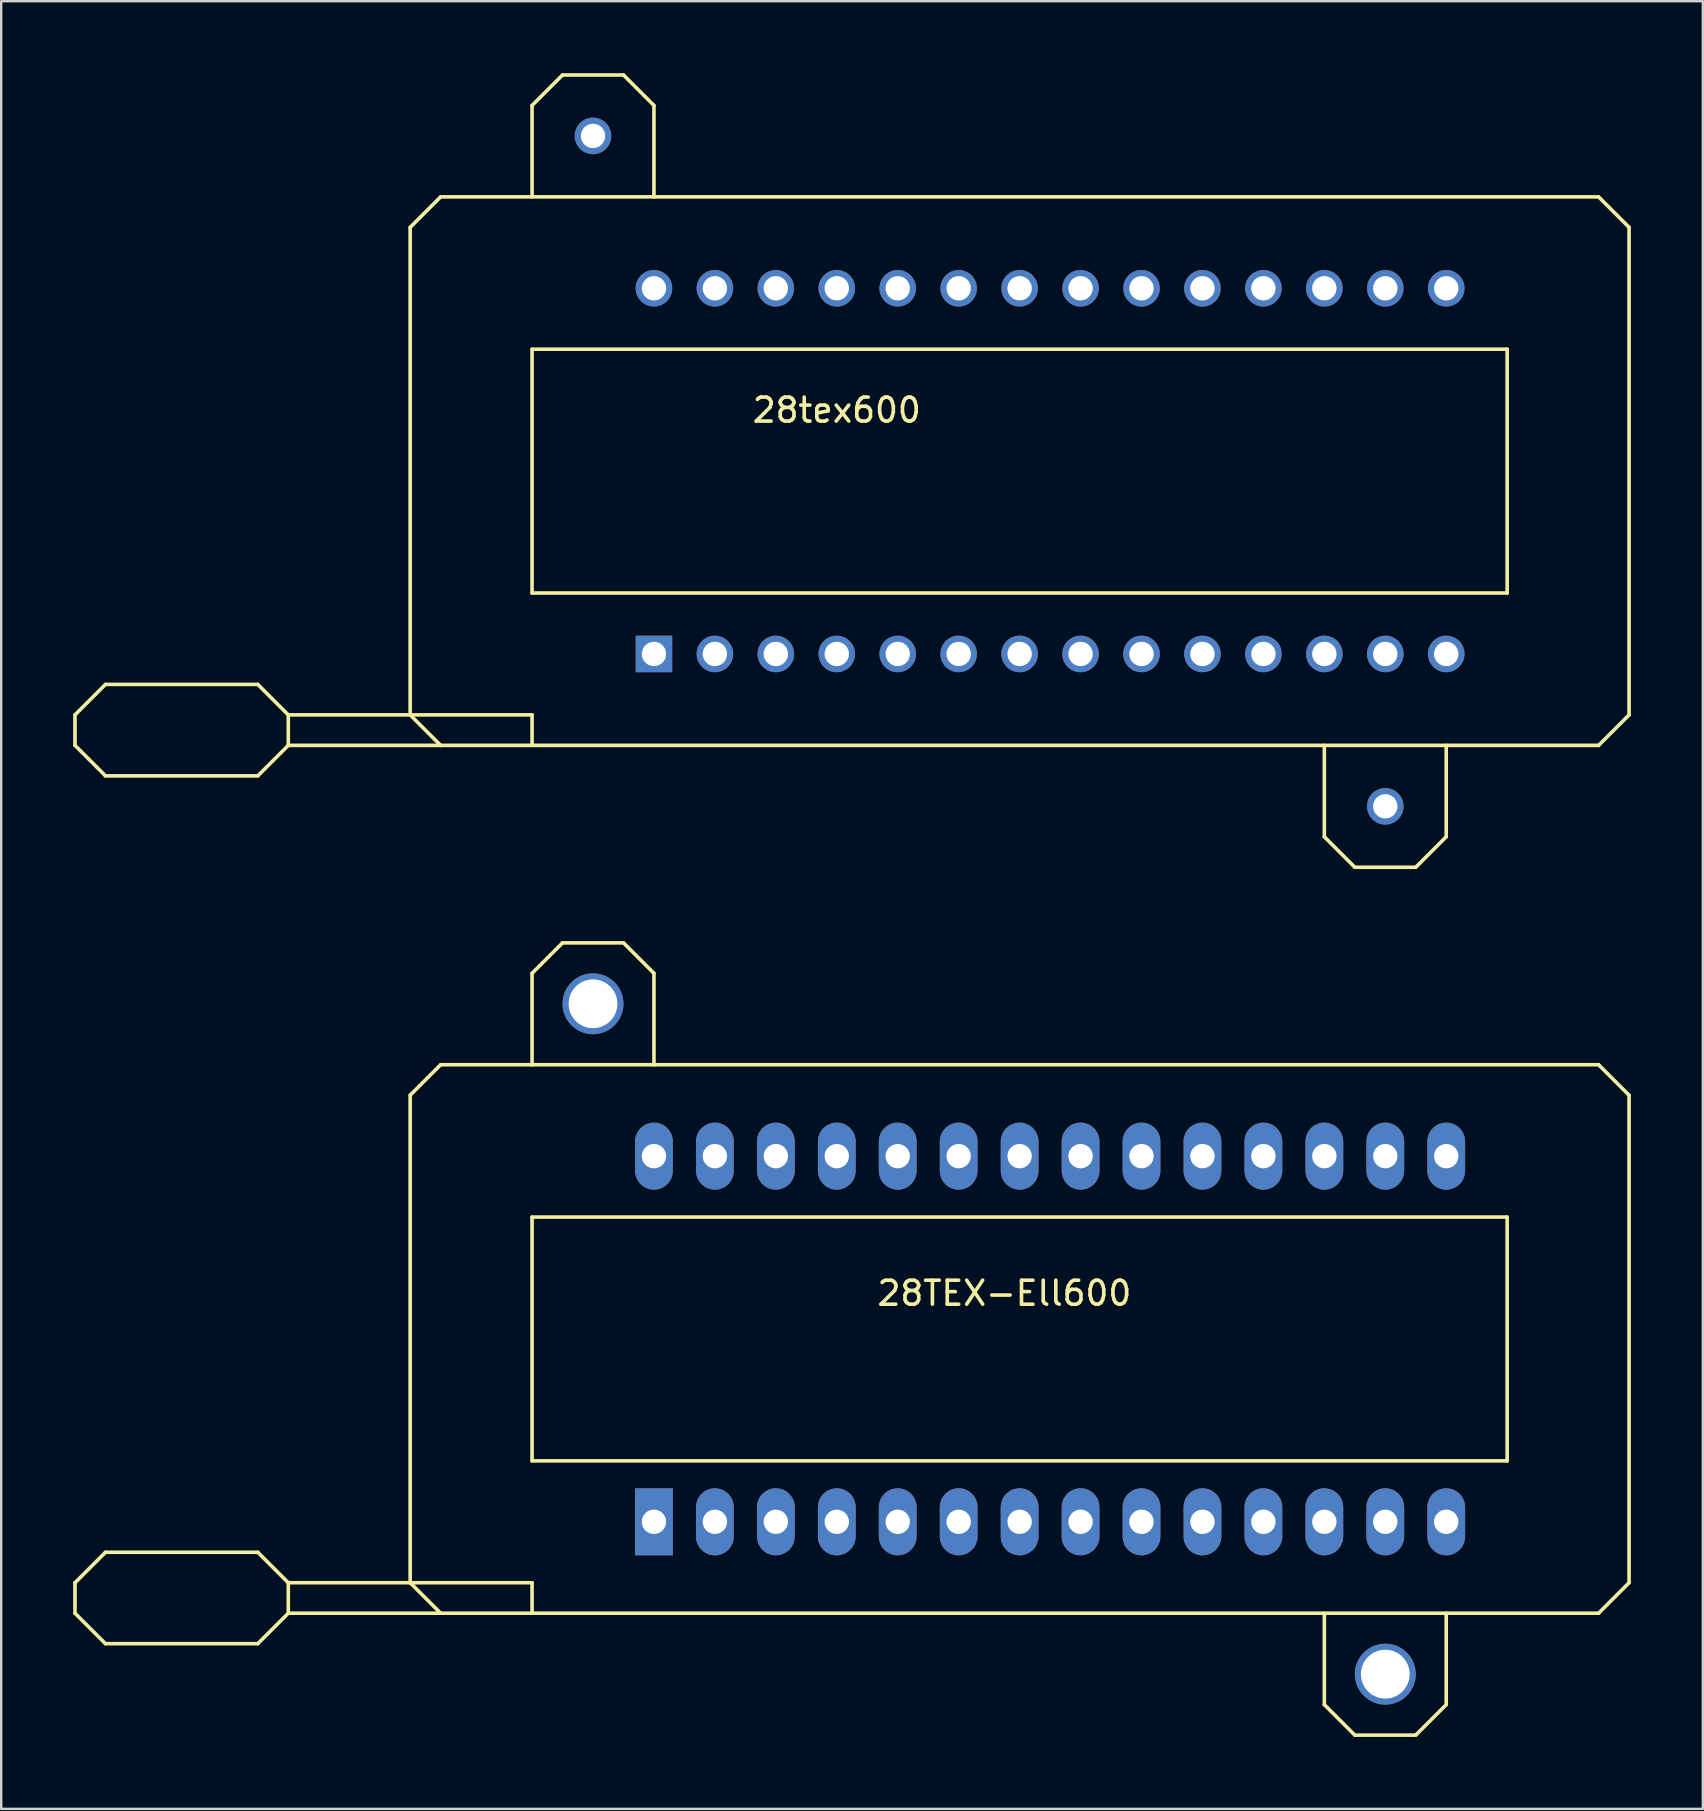
<source format=kicad_pcb>
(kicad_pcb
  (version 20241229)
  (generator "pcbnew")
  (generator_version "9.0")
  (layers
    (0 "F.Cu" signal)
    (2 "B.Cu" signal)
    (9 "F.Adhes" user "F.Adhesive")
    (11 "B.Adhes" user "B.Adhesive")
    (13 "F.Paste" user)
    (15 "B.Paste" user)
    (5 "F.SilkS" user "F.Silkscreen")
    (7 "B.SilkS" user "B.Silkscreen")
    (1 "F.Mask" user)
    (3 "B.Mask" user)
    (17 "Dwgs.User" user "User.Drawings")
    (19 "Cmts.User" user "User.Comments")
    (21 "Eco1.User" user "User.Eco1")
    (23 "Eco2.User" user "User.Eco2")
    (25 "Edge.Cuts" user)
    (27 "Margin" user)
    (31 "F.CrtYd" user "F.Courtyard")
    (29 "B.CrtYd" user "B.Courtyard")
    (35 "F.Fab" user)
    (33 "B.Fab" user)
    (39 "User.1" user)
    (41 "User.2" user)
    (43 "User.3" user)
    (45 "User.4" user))
  (footprint "28TEX-Ell600"
    (layer "F.Cu")
    (at 40.715 52.755)
    (property "Reference" "28TEX-Ell600" (at -1.905 -1.905 0) (layer "F.SilkS") (effects (font (size 1 1) (thickness 0.15))))
    (attr through_hole)
    (fp_line (start -40.64 10.16) (end -40.64 11.43) (stroke (width 0.15) (type solid)) (layer "F.SilkS"))
    (fp_line (start -40.64 11.43) (end -39.37 12.7) (stroke (width 0.15) (type solid)) (layer "F.SilkS"))
    (fp_line (start -39.37 8.89) (end -40.64 10.16) (stroke (width 0.15) (type solid)) (layer "F.SilkS"))
    (fp_line (start -39.37 12.7) (end -33.02 12.7) (stroke (width 0.15) (type solid)) (layer "F.SilkS"))
    (fp_line (start -33.02 8.89) (end -39.37 8.89) (stroke (width 0.15) (type solid)) (layer "F.SilkS"))
    (fp_line (start -33.02 12.7) (end -31.75 11.43) (stroke (width 0.15) (type solid)) (layer "F.SilkS"))
    (fp_line (start -31.75 10.16) (end -33.02 8.89) (stroke (width 0.15) (type solid)) (layer "F.SilkS"))
    (fp_line (start -31.75 10.16) (end -21.59 10.16) (stroke (width 0.15) (type solid)) (layer "F.SilkS"))
    (fp_line (start -31.75 11.43) (end -31.75 10.16) (stroke (width 0.15) (type solid)) (layer "F.SilkS"))
    (fp_line (start -31.75 11.43) (end -25.4 11.43) (stroke (width 0.15) (type solid)) (layer "F.SilkS"))
    (fp_line (start -26.67 -10.16) (end -26.67 10.16) (stroke (width 0.15) (type solid)) (layer "F.SilkS"))
    (fp_line (start -26.67 10.16) (end -25.4 11.43) (stroke (width 0.15) (type solid)) (layer "F.SilkS"))
    (fp_line (start -25.4 -11.43) (end -26.67 -10.16) (stroke (width 0.15) (type solid)) (layer "F.SilkS"))
    (fp_line (start -25.4 11.43) (end 22.86 11.43) (stroke (width 0.15) (type solid)) (layer "F.SilkS"))
    (fp_line (start -21.59 -15.24) (end -21.59 -11.43) (stroke (width 0.15) (type solid)) (layer "F.SilkS"))
    (fp_line (start -21.59 -5.08) (end -21.59 5.08) (stroke (width 0.15) (type solid)) (layer "F.SilkS"))
    (fp_line (start -21.59 5.08) (end 19.05 5.08) (stroke (width 0.15) (type solid)) (layer "F.SilkS"))
    (fp_line (start -21.59 10.16) (end -21.59 11.43) (stroke (width 0.15) (type solid)) (layer "F.SilkS"))
    (fp_line (start -20.32 -16.51) (end -21.59 -15.24) (stroke (width 0.15) (type solid)) (layer "F.SilkS"))
    (fp_line (start -17.78 -16.51) (end -20.32 -16.51) (stroke (width 0.15) (type solid)) (layer "F.SilkS"))
    (fp_line (start -16.51 -15.24) (end -17.78 -16.51) (stroke (width 0.15) (type solid)) (layer "F.SilkS"))
    (fp_line (start -16.51 -11.43) (end -16.51 -15.24) (stroke (width 0.15) (type solid)) (layer "F.SilkS"))
    (fp_line (start 11.43 15.24) (end 11.43 11.43) (stroke (width 0.15) (type solid)) (layer "F.SilkS"))
    (fp_line (start 12.7 16.51) (end 11.43 15.24) (stroke (width 0.15) (type solid)) (layer "F.SilkS"))
    (fp_line (start 15.24 16.51) (end 12.7 16.51) (stroke (width 0.15) (type solid)) (layer "F.SilkS"))
    (fp_line (start 16.51 11.43) (end 16.51 15.24) (stroke (width 0.15) (type solid)) (layer "F.SilkS"))
    (fp_line (start 16.51 15.24) (end 15.24 16.51) (stroke (width 0.15) (type solid)) (layer "F.SilkS"))
    (fp_line (start 19.05 -5.08) (end -21.59 -5.08) (stroke (width 0.15) (type solid)) (layer "F.SilkS"))
    (fp_line (start 19.05 5.08) (end 19.05 -5.08) (stroke (width 0.15) (type solid)) (layer "F.SilkS"))
    (fp_line (start 22.86 -11.43) (end -25.4 -11.43) (stroke (width 0.15) (type solid)) (layer "F.SilkS"))
    (fp_line (start 22.86 11.43) (end 24.13 10.16) (stroke (width 0.15) (type solid)) (layer "F.SilkS"))
    (fp_line (start 24.13 -10.16) (end 22.86 -11.43) (stroke (width 0.15) (type solid)) (layer "F.SilkS"))
    (fp_line (start 24.13 10.16) (end 24.13 -10.16) (stroke (width 0.15) (type solid)) (layer "F.SilkS"))
    (pad "1" thru_hole rect (at -16.51 7.62) (size 1.575 2.794) (drill 1.016) (layers "*.Cu" "*.Mask"))
    (pad "2" thru_hole oval (at -13.97 7.62) (size 1.575 2.794) (drill 1.016) (layers "*.Cu" "*.Mask"))
    (pad "3" thru_hole oval (at -11.43 7.62) (size 1.575 2.794) (drill 1.016) (layers "*.Cu" "*.Mask"))
    (pad "4" thru_hole oval (at -8.89 7.62) (size 1.575 2.794) (drill 1.016) (layers "*.Cu" "*.Mask"))
    (pad "5" thru_hole oval (at -6.35 7.62) (size 1.575 2.794) (drill 1.016) (layers "*.Cu" "*.Mask"))
    (pad "6" thru_hole oval (at -3.81 7.62) (size 1.575 2.794) (drill 1.016) (layers "*.Cu" "*.Mask"))
    (pad "7" thru_hole oval (at -1.27 7.62) (size 1.575 2.794) (drill 1.016) (layers "*.Cu" "*.Mask"))
    (pad "8" thru_hole oval (at 1.27 7.62) (size 1.575 2.794) (drill 1.016) (layers "*.Cu" "*.Mask"))
    (pad "9" thru_hole oval (at 3.81 7.62) (size 1.575 2.794) (drill 1.016) (layers "*.Cu" "*.Mask"))
    (pad "10" thru_hole oval (at 6.35 7.62) (size 1.575 2.794) (drill 1.016) (layers "*.Cu" "*.Mask"))
    (pad "11" thru_hole oval (at 8.89 7.62) (size 1.575 2.794) (drill 1.016) (layers "*.Cu" "*.Mask"))
    (pad "12" thru_hole oval (at 11.43 7.62) (size 1.575 2.794) (drill 1.016) (layers "*.Cu" "*.Mask"))
    (pad "13" thru_hole oval (at 13.97 7.62) (size 1.575 2.794) (drill 1.016) (layers "*.Cu" "*.Mask"))
    (pad "14" thru_hole oval (at 16.51 7.62) (size 1.575 2.794) (drill 1.016) (layers "*.Cu" "*.Mask"))
    (pad "15" thru_hole oval (at 16.51 -7.62) (size 1.575 2.794) (drill 1.016) (layers "*.Cu" "*.Mask"))
    (pad "16" thru_hole oval (at 13.97 -7.62) (size 1.575 2.794) (drill 1.016) (layers "*.Cu" "*.Mask"))
    (pad "17" thru_hole oval (at 11.43 -7.62) (size 1.575 2.794) (drill 1.016) (layers "*.Cu" "*.Mask"))
    (pad "18" thru_hole oval (at 8.89 -7.62) (size 1.575 2.794) (drill 1.016) (layers "*.Cu" "*.Mask"))
    (pad "19" thru_hole oval (at 6.35 -7.62) (size 1.575 2.794) (drill 1.016) (layers "*.Cu" "*.Mask"))
    (pad "20" thru_hole oval (at 3.81 -7.62) (size 1.575 2.794) (drill 1.016) (layers "*.Cu" "*.Mask"))
    (pad "21" thru_hole oval (at 1.27 -7.62) (size 1.575 2.794) (drill 1.016) (layers "*.Cu" "*.Mask"))
    (pad "22" thru_hole oval (at -1.27 -7.62) (size 1.575 2.794) (drill 1.016) (layers "*.Cu" "*.Mask"))
    (pad "23" thru_hole oval (at -3.81 -7.62) (size 1.575 2.794) (drill 1.016) (layers "*.Cu" "*.Mask"))
    (pad "24" thru_hole oval (at -6.35 -7.62) (size 1.575 2.794) (drill 1.016) (layers "*.Cu" "*.Mask"))
    (pad "25" thru_hole oval (at -8.89 -7.62) (size 1.575 2.794) (drill 1.016) (layers "*.Cu" "*.Mask"))
    (pad "26" thru_hole oval (at -11.43 -7.62) (size 1.575 2.794) (drill 1.016) (layers "*.Cu" "*.Mask"))
    (pad "27" thru_hole oval (at -13.97 -7.62) (size 1.575 2.794) (drill 1.016) (layers "*.Cu" "*.Mask"))
    (pad "28" thru_hole oval (at -16.51 -7.62) (size 1.575 2.794) (drill 1.016) (layers "*.Cu" "*.Mask"))
    (pad "HOLE" thru_hole circle (at -19.05 -13.97) (size 2.54 2.54) (drill 2.032) (layers "*.Cu" "*.Mask"))
    (pad "HOLE" thru_hole circle (at 13.97 13.97) (size 2.54 2.54) (drill 2.032) (layers "*.Cu" "*.Mask")))
  (footprint "28tex600"
    (layer "F.Cu")
    (at 40.715 16.585)
    (property "Reference" "28tex600" (at -8.89 -2.54 0) (layer "F.SilkS") (effects (font (size 1 1) (thickness 0.15))))
    (attr through_hole)
    (fp_line (start -40.64 10.16) (end -40.64 11.43) (stroke (width 0.15) (type solid)) (layer "F.SilkS"))
    (fp_line (start -40.64 11.43) (end -39.37 12.7) (stroke (width 0.15) (type solid)) (layer "F.SilkS"))
    (fp_line (start -39.37 8.89) (end -40.64 10.16) (stroke (width 0.15) (type solid)) (layer "F.SilkS"))
    (fp_line (start -39.37 12.7) (end -33.02 12.7) (stroke (width 0.15) (type solid)) (layer "F.SilkS"))
    (fp_line (start -33.02 8.89) (end -39.37 8.89) (stroke (width 0.15) (type solid)) (layer "F.SilkS"))
    (fp_line (start -33.02 12.7) (end -31.75 11.43) (stroke (width 0.15) (type solid)) (layer "F.SilkS"))
    (fp_line (start -31.75 10.16) (end -33.02 8.89) (stroke (width 0.15) (type solid)) (layer "F.SilkS"))
    (fp_line (start -31.75 10.16) (end -21.59 10.16) (stroke (width 0.15) (type solid)) (layer "F.SilkS"))
    (fp_line (start -31.75 11.43) (end -31.75 10.16) (stroke (width 0.15) (type solid)) (layer "F.SilkS"))
    (fp_line (start -31.75 11.43) (end -25.4 11.43) (stroke (width 0.15) (type solid)) (layer "F.SilkS"))
    (fp_line (start -26.67 -10.16) (end -26.67 10.16) (stroke (width 0.15) (type solid)) (layer "F.SilkS"))
    (fp_line (start -26.67 10.16) (end -25.4 11.43) (stroke (width 0.15) (type solid)) (layer "F.SilkS"))
    (fp_line (start -25.4 -11.43) (end -26.67 -10.16) (stroke (width 0.15) (type solid)) (layer "F.SilkS"))
    (fp_line (start -25.4 11.43) (end 22.86 11.43) (stroke (width 0.15) (type solid)) (layer "F.SilkS"))
    (fp_line (start -21.59 -15.24) (end -21.59 -11.43) (stroke (width 0.15) (type solid)) (layer "F.SilkS"))
    (fp_line (start -21.59 -5.08) (end -21.59 5.08) (stroke (width 0.15) (type solid)) (layer "F.SilkS"))
    (fp_line (start -21.59 5.08) (end 19.05 5.08) (stroke (width 0.15) (type solid)) (layer "F.SilkS"))
    (fp_line (start -21.59 10.16) (end -21.59 11.43) (stroke (width 0.15) (type solid)) (layer "F.SilkS"))
    (fp_line (start -20.32 -16.51) (end -21.59 -15.24) (stroke (width 0.15) (type solid)) (layer "F.SilkS"))
    (fp_line (start -17.78 -16.51) (end -20.32 -16.51) (stroke (width 0.15) (type solid)) (layer "F.SilkS"))
    (fp_line (start -16.51 -15.24) (end -17.78 -16.51) (stroke (width 0.15) (type solid)) (layer "F.SilkS"))
    (fp_line (start -16.51 -11.43) (end -16.51 -15.24) (stroke (width 0.15) (type solid)) (layer "F.SilkS"))
    (fp_line (start 11.43 15.24) (end 11.43 11.43) (stroke (width 0.15) (type solid)) (layer "F.SilkS"))
    (fp_line (start 12.7 16.51) (end 11.43 15.24) (stroke (width 0.15) (type solid)) (layer "F.SilkS"))
    (fp_line (start 15.24 16.51) (end 12.7 16.51) (stroke (width 0.15) (type solid)) (layer "F.SilkS"))
    (fp_line (start 16.51 11.43) (end 16.51 15.24) (stroke (width 0.15) (type solid)) (layer "F.SilkS"))
    (fp_line (start 16.51 15.24) (end 15.24 16.51) (stroke (width 0.15) (type solid)) (layer "F.SilkS"))
    (fp_line (start 19.05 -5.08) (end -21.59 -5.08) (stroke (width 0.15) (type solid)) (layer "F.SilkS"))
    (fp_line (start 19.05 5.08) (end 19.05 -5.08) (stroke (width 0.15) (type solid)) (layer "F.SilkS"))
    (fp_line (start 22.86 -11.43) (end -25.4 -11.43) (stroke (width 0.15) (type solid)) (layer "F.SilkS"))
    (fp_line (start 22.86 11.43) (end 24.13 10.16) (stroke (width 0.15) (type solid)) (layer "F.SilkS"))
    (fp_line (start 24.13 -10.16) (end 22.86 -11.43) (stroke (width 0.15) (type solid)) (layer "F.SilkS"))
    (fp_line (start 24.13 10.16) (end 24.13 -10.16) (stroke (width 0.15) (type solid)) (layer "F.SilkS"))
    (pad "1" thru_hole rect (at -16.51 7.62) (size 1.524 1.524) (drill 1.016) (layers "*.Cu" "*.Mask"))
    (pad "2" thru_hole circle (at -13.97 7.62) (size 1.524 1.524) (drill 1.016) (layers "*.Cu" "*.Mask"))
    (pad "3" thru_hole circle (at -11.43 7.62) (size 1.524 1.524) (drill 1.016) (layers "*.Cu" "*.Mask"))
    (pad "4" thru_hole circle (at -8.89 7.62) (size 1.524 1.524) (drill 1.016) (layers "*.Cu" "*.Mask"))
    (pad "5" thru_hole circle (at -6.35 7.62) (size 1.524 1.524) (drill 1.016) (layers "*.Cu" "*.Mask"))
    (pad "6" thru_hole circle (at -3.81 7.62) (size 1.524 1.524) (drill 1.016) (layers "*.Cu" "*.Mask"))
    (pad "7" thru_hole circle (at -1.27 7.62) (size 1.524 1.524) (drill 1.016) (layers "*.Cu" "*.Mask"))
    (pad "8" thru_hole circle (at 1.27 7.62) (size 1.524 1.524) (drill 1.016) (layers "*.Cu" "*.Mask"))
    (pad "9" thru_hole circle (at 3.81 7.62) (size 1.524 1.524) (drill 1.016) (layers "*.Cu" "*.Mask"))
    (pad "10" thru_hole circle (at 6.35 7.62) (size 1.524 1.524) (drill 1.016) (layers "*.Cu" "*.Mask"))
    (pad "11" thru_hole circle (at 8.89 7.62) (size 1.524 1.524) (drill 1.016) (layers "*.Cu" "*.Mask"))
    (pad "12" thru_hole circle (at 11.43 7.62) (size 1.524 1.524) (drill 1.016) (layers "*.Cu" "*.Mask"))
    (pad "13" thru_hole circle (at 13.97 7.62) (size 1.524 1.524) (drill 1.016) (layers "*.Cu" "*.Mask"))
    (pad "14" thru_hole circle (at 16.51 7.62) (size 1.524 1.524) (drill 1.016) (layers "*.Cu" "*.Mask"))
    (pad "15" thru_hole circle (at 16.51 -7.62) (size 1.524 1.524) (drill 1.016) (layers "*.Cu" "*.Mask"))
    (pad "16" thru_hole circle (at 13.97 -7.62) (size 1.524 1.524) (drill 1.016) (layers "*.Cu" "*.Mask"))
    (pad "17" thru_hole circle (at 11.43 -7.62) (size 1.524 1.524) (drill 1.016) (layers "*.Cu" "*.Mask"))
    (pad "18" thru_hole circle (at 8.89 -7.62) (size 1.524 1.524) (drill 1.016) (layers "*.Cu" "*.Mask"))
    (pad "19" thru_hole circle (at 6.35 -7.62) (size 1.524 1.524) (drill 1.016) (layers "*.Cu" "*.Mask"))
    (pad "20" thru_hole circle (at 3.81 -7.62) (size 1.524 1.524) (drill 1.016) (layers "*.Cu" "*.Mask"))
    (pad "21" thru_hole circle (at 1.27 -7.62) (size 1.524 1.524) (drill 1.016) (layers "*.Cu" "*.Mask"))
    (pad "22" thru_hole circle (at -1.27 -7.62) (size 1.524 1.524) (drill 1.016) (layers "*.Cu" "*.Mask"))
    (pad "23" thru_hole circle (at -3.81 -7.62) (size 1.524 1.524) (drill 1.016) (layers "*.Cu" "*.Mask"))
    (pad "24" thru_hole circle (at -6.35 -7.62) (size 1.524 1.524) (drill 1.016) (layers "*.Cu" "*.Mask"))
    (pad "25" thru_hole circle (at -8.89 -7.62) (size 1.524 1.524) (drill 1.016) (layers "*.Cu" "*.Mask"))
    (pad "26" thru_hole circle (at -11.43 -7.62) (size 1.524 1.524) (drill 1.016) (layers "*.Cu" "*.Mask"))
    (pad "27" thru_hole circle (at -13.97 -7.62) (size 1.524 1.524) (drill 1.016) (layers "*.Cu" "*.Mask"))
    (pad "28" thru_hole circle (at -16.51 -7.62) (size 1.524 1.524) (drill 1.016) (layers "*.Cu" "*.Mask"))
    (pad "HOLE" thru_hole circle (at -19.05 -13.97) (size 1.524 1.524) (drill 1.016) (layers "*.Cu" "*.Mask"))
    (pad "HOLE" thru_hole circle (at 13.97 13.97) (size 1.524 1.524) (drill 1.016) (layers "*.Cu" "*.Mask")))
  (gr_rect
    (start -3 -3)
    (end 67.92 72.34)
    (stroke (width 0.1) (type default))
    (fill no)
    (layer "Edge.Cuts")))
</source>
